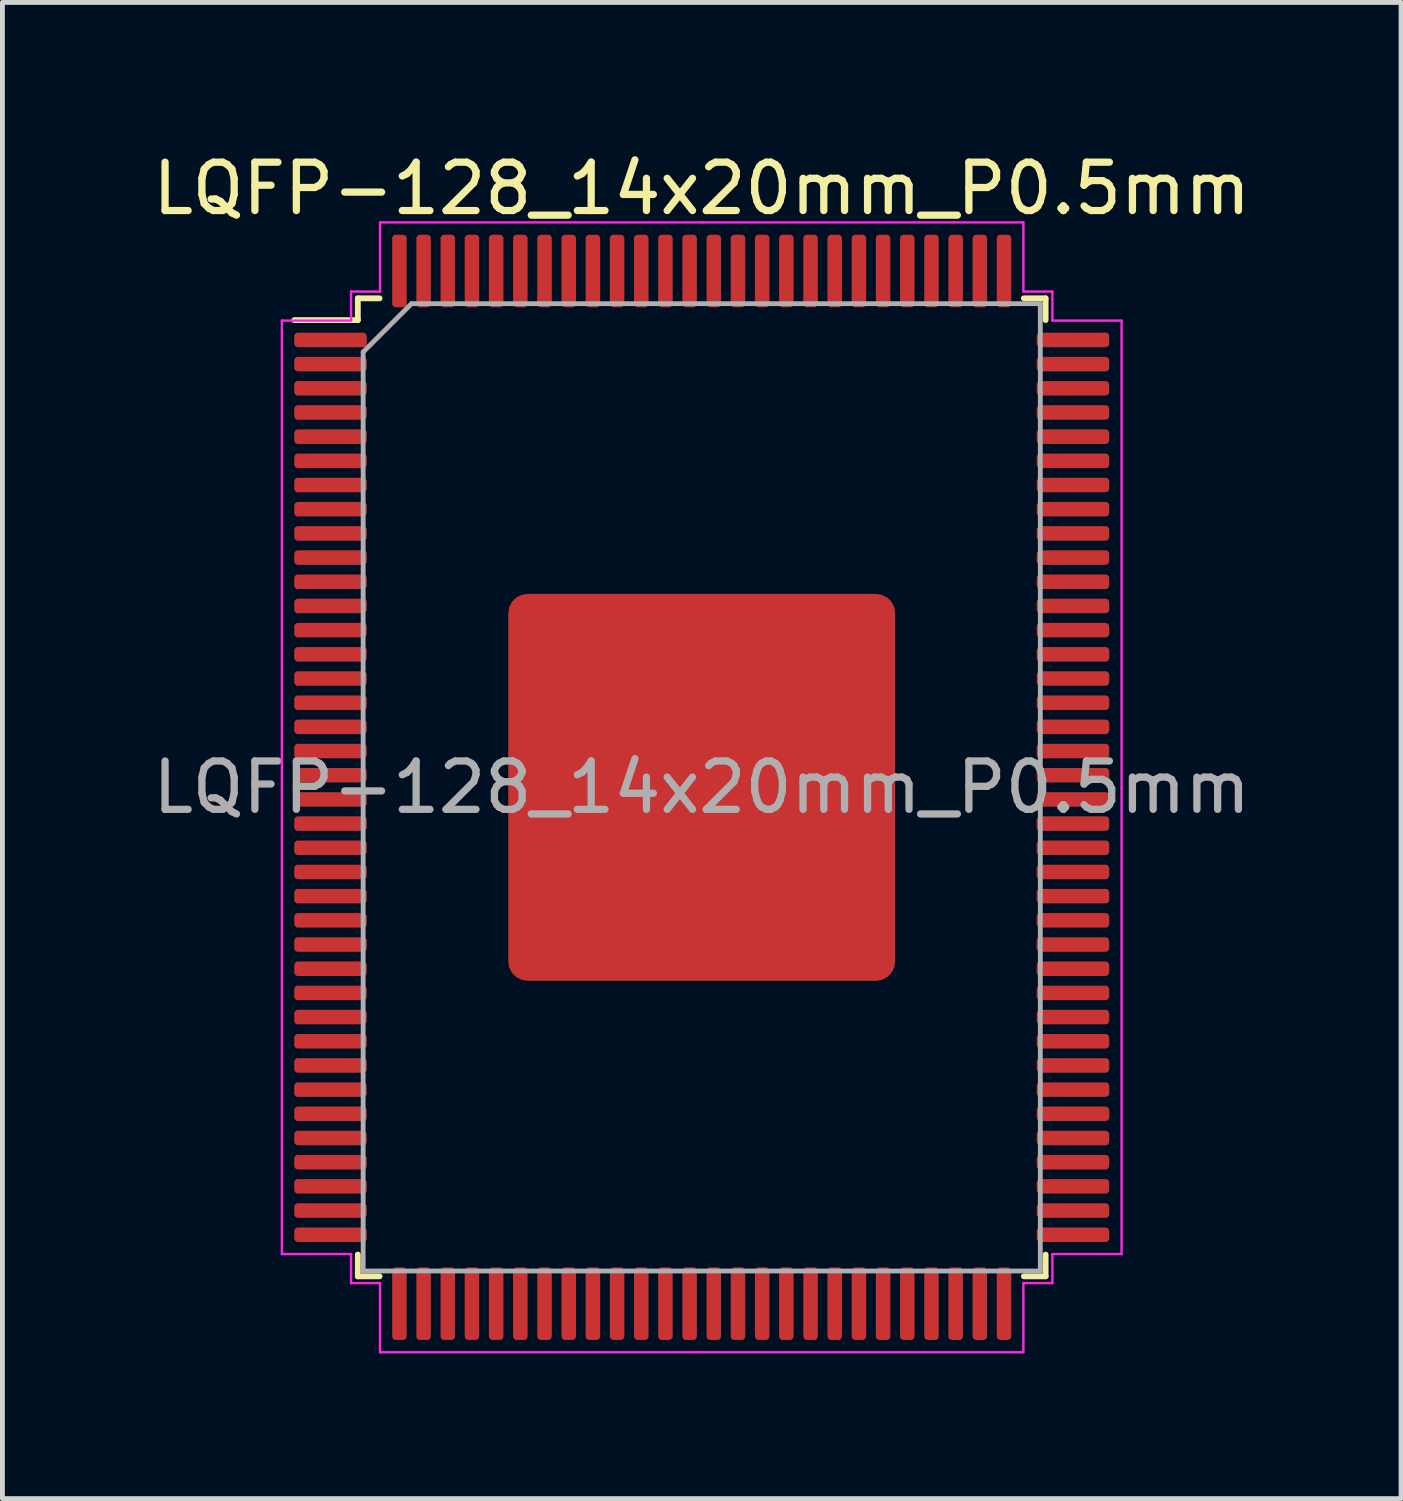
<source format=kicad_pcb>
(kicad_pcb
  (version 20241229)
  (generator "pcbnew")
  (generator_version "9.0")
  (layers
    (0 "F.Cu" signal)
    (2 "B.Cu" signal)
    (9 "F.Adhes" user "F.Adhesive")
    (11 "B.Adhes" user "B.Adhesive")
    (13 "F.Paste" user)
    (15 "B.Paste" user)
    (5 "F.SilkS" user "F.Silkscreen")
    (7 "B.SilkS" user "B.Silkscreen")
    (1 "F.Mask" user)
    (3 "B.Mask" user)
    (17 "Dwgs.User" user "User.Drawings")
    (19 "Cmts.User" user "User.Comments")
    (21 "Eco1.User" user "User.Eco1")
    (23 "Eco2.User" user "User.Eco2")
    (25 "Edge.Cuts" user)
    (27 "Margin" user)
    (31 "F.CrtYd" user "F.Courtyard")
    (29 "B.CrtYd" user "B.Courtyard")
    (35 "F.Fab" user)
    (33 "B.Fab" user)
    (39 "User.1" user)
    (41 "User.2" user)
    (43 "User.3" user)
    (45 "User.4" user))
  (footprint "LQFP-128_14x20mm_P0.5mm"
    (layer "F.Cu")
    (at 11.458 13.228)
    (property "Reference" "LQFP-128_14x20mm_P0.5mm" (at 0 -12.38 0) (layer "F.SilkS") (effects (font (size 1 1) (thickness 0.15))))
    (attr smd)
    (fp_line (start -7.11 -10.11) (end -7.11 -9.66) (stroke (width 0.12) (type solid)) (layer "F.SilkS"))
    (fp_line (start -7.11 -9.66) (end -8.425 -9.66) (stroke (width 0.12) (type solid)) (layer "F.SilkS"))
    (fp_line (start -7.11 10.11) (end -7.11 9.66) (stroke (width 0.12) (type solid)) (layer "F.SilkS"))
    (fp_line (start -6.66 -10.11) (end -7.11 -10.11) (stroke (width 0.12) (type solid)) (layer "F.SilkS"))
    (fp_line (start -6.66 10.11) (end -7.11 10.11) (stroke (width 0.12) (type solid)) (layer "F.SilkS"))
    (fp_line (start 6.66 -10.11) (end 7.11 -10.11) (stroke (width 0.12) (type solid)) (layer "F.SilkS"))
    (fp_line (start 6.66 10.11) (end 7.11 10.11) (stroke (width 0.12) (type solid)) (layer "F.SilkS"))
    (fp_line (start 7.11 -10.11) (end 7.11 -9.66) (stroke (width 0.12) (type solid)) (layer "F.SilkS"))
    (fp_line (start 7.11 10.11) (end 7.11 9.66) (stroke (width 0.12) (type solid)) (layer "F.SilkS"))
    (fp_line (start -8.68 -9.65) (end -8.68 0) (stroke (width 0.05) (type solid)) (layer "F.CrtYd"))
    (fp_line (start -8.68 9.65) (end -8.68 0) (stroke (width 0.05) (type solid)) (layer "F.CrtYd"))
    (fp_line (start -7.25 -10.25) (end -7.25 -9.65) (stroke (width 0.05) (type solid)) (layer "F.CrtYd"))
    (fp_line (start -7.25 -9.65) (end -8.68 -9.65) (stroke (width 0.05) (type solid)) (layer "F.CrtYd"))
    (fp_line (start -7.25 9.65) (end -8.68 9.65) (stroke (width 0.05) (type solid)) (layer "F.CrtYd"))
    (fp_line (start -7.25 10.25) (end -7.25 9.65) (stroke (width 0.05) (type solid)) (layer "F.CrtYd"))
    (fp_line (start -6.65 -11.68) (end -6.65 -10.25) (stroke (width 0.05) (type solid)) (layer "F.CrtYd"))
    (fp_line (start -6.65 -10.25) (end -7.25 -10.25) (stroke (width 0.05) (type solid)) (layer "F.CrtYd"))
    (fp_line (start -6.65 10.25) (end -7.25 10.25) (stroke (width 0.05) (type solid)) (layer "F.CrtYd"))
    (fp_line (start -6.65 11.68) (end -6.65 10.25) (stroke (width 0.05) (type solid)) (layer "F.CrtYd"))
    (fp_line (start 0 -11.68) (end -6.65 -11.68) (stroke (width 0.05) (type solid)) (layer "F.CrtYd"))
    (fp_line (start 0 -11.68) (end 6.65 -11.68) (stroke (width 0.05) (type solid)) (layer "F.CrtYd"))
    (fp_line (start 0 11.68) (end -6.65 11.68) (stroke (width 0.05) (type solid)) (layer "F.CrtYd"))
    (fp_line (start 0 11.68) (end 6.65 11.68) (stroke (width 0.05) (type solid)) (layer "F.CrtYd"))
    (fp_line (start 6.65 -11.68) (end 6.65 -10.25) (stroke (width 0.05) (type solid)) (layer "F.CrtYd"))
    (fp_line (start 6.65 -10.25) (end 7.25 -10.25) (stroke (width 0.05) (type solid)) (layer "F.CrtYd"))
    (fp_line (start 6.65 10.25) (end 7.25 10.25) (stroke (width 0.05) (type solid)) (layer "F.CrtYd"))
    (fp_line (start 6.65 11.68) (end 6.65 10.25) (stroke (width 0.05) (type solid)) (layer "F.CrtYd"))
    (fp_line (start 7.25 -10.25) (end 7.25 -9.65) (stroke (width 0.05) (type solid)) (layer "F.CrtYd"))
    (fp_line (start 7.25 -9.65) (end 8.68 -9.65) (stroke (width 0.05) (type solid)) (layer "F.CrtYd"))
    (fp_line (start 7.25 9.65) (end 8.68 9.65) (stroke (width 0.05) (type solid)) (layer "F.CrtYd"))
    (fp_line (start 7.25 10.25) (end 7.25 9.65) (stroke (width 0.05) (type solid)) (layer "F.CrtYd"))
    (fp_line (start 8.68 -9.65) (end 8.68 0) (stroke (width 0.05) (type solid)) (layer "F.CrtYd"))
    (fp_line (start 8.68 9.65) (end 8.68 0) (stroke (width 0.05) (type solid)) (layer "F.CrtYd"))
    (fp_line (start -7 -9) (end -6 -10) (stroke (width 0.1) (type solid)) (layer "F.Fab"))
    (fp_line (start -7 10) (end -7 -9) (stroke (width 0.1) (type solid)) (layer "F.Fab"))
    (fp_line (start -6 -10) (end 7 -10) (stroke (width 0.1) (type solid)) (layer "F.Fab"))
    (fp_line (start 7 -10) (end 7 10) (stroke (width 0.1) (type solid)) (layer "F.Fab"))
    (fp_line (start 7 10) (end -7 10) (stroke (width 0.1) (type solid)) (layer "F.Fab"))
    (fp_text user "${REFERENCE}" (at 0 0 0) (layer "F.Fab") (effects (font (size 1 1) (thickness 0.15))))
    (pad "1" smd roundrect (at -7.675 -9.25) (size 1.5 0.3) (layers "F.Cu" "F.Mask" "F.Paste") (roundrect_rratio 0.25))
    (pad "2" smd roundrect (at -7.675 -8.75) (size 1.5 0.3) (layers "F.Cu" "F.Mask" "F.Paste") (roundrect_rratio 0.25))
    (pad "3" smd roundrect (at -7.675 -8.25) (size 1.5 0.3) (layers "F.Cu" "F.Mask" "F.Paste") (roundrect_rratio 0.25))
    (pad "4" smd roundrect (at -7.675 -7.75) (size 1.5 0.3) (layers "F.Cu" "F.Mask" "F.Paste") (roundrect_rratio 0.25))
    (pad "5" smd roundrect (at -7.675 -7.25) (size 1.5 0.3) (layers "F.Cu" "F.Mask" "F.Paste") (roundrect_rratio 0.25))
    (pad "6" smd roundrect (at -7.675 -6.75) (size 1.5 0.3) (layers "F.Cu" "F.Mask" "F.Paste") (roundrect_rratio 0.25))
    (pad "7" smd roundrect (at -7.675 -6.25) (size 1.5 0.3) (layers "F.Cu" "F.Mask" "F.Paste") (roundrect_rratio 0.25))
    (pad "8" smd roundrect (at -7.675 -5.75) (size 1.5 0.3) (layers "F.Cu" "F.Mask" "F.Paste") (roundrect_rratio 0.25))
    (pad "9" smd roundrect (at -7.675 -5.25) (size 1.5 0.3) (layers "F.Cu" "F.Mask" "F.Paste") (roundrect_rratio 0.25))
    (pad "10" smd roundrect (at -7.675 -4.75) (size 1.5 0.3) (layers "F.Cu" "F.Mask" "F.Paste") (roundrect_rratio 0.25))
    (pad "11" smd roundrect (at -7.675 -4.25) (size 1.5 0.3) (layers "F.Cu" "F.Mask" "F.Paste") (roundrect_rratio 0.25))
    (pad "12" smd roundrect (at -7.675 -3.75) (size 1.5 0.3) (layers "F.Cu" "F.Mask" "F.Paste") (roundrect_rratio 0.25))
    (pad "13" smd roundrect (at -7.675 -3.25) (size 1.5 0.3) (layers "F.Cu" "F.Mask" "F.Paste") (roundrect_rratio 0.25))
    (pad "14" smd roundrect (at -7.675 -2.75) (size 1.5 0.3) (layers "F.Cu" "F.Mask" "F.Paste") (roundrect_rratio 0.25))
    (pad "15" smd roundrect (at -7.675 -2.25) (size 1.5 0.3) (layers "F.Cu" "F.Mask" "F.Paste") (roundrect_rratio 0.25))
    (pad "16" smd roundrect (at -7.675 -1.75) (size 1.5 0.3) (layers "F.Cu" "F.Mask" "F.Paste") (roundrect_rratio 0.25))
    (pad "17" smd roundrect (at -7.675 -1.25) (size 1.5 0.3) (layers "F.Cu" "F.Mask" "F.Paste") (roundrect_rratio 0.25))
    (pad "18" smd roundrect (at -7.675 -0.75) (size 1.5 0.3) (layers "F.Cu" "F.Mask" "F.Paste") (roundrect_rratio 0.25))
    (pad "19" smd roundrect (at -7.675 -0.25) (size 1.5 0.3) (layers "F.Cu" "F.Mask" "F.Paste") (roundrect_rratio 0.25))
    (pad "20" smd roundrect (at -7.675 0.25) (size 1.5 0.3) (layers "F.Cu" "F.Mask" "F.Paste") (roundrect_rratio 0.25))
    (pad "21" smd roundrect (at -7.675 0.75) (size 1.5 0.3) (layers "F.Cu" "F.Mask" "F.Paste") (roundrect_rratio 0.25))
    (pad "22" smd roundrect (at -7.675 1.25) (size 1.5 0.3) (layers "F.Cu" "F.Mask" "F.Paste") (roundrect_rratio 0.25))
    (pad "23" smd roundrect (at -7.675 1.75) (size 1.5 0.3) (layers "F.Cu" "F.Mask" "F.Paste") (roundrect_rratio 0.25))
    (pad "24" smd roundrect (at -7.675 2.25) (size 1.5 0.3) (layers "F.Cu" "F.Mask" "F.Paste") (roundrect_rratio 0.25))
    (pad "25" smd roundrect (at -7.675 2.75) (size 1.5 0.3) (layers "F.Cu" "F.Mask" "F.Paste") (roundrect_rratio 0.25))
    (pad "26" smd roundrect (at -7.675 3.25) (size 1.5 0.3) (layers "F.Cu" "F.Mask" "F.Paste") (roundrect_rratio 0.25))
    (pad "27" smd roundrect (at -7.675 3.75) (size 1.5 0.3) (layers "F.Cu" "F.Mask" "F.Paste") (roundrect_rratio 0.25))
    (pad "28" smd roundrect (at -7.675 4.25) (size 1.5 0.3) (layers "F.Cu" "F.Mask" "F.Paste") (roundrect_rratio 0.25))
    (pad "29" smd roundrect (at -7.675 4.75) (size 1.5 0.3) (layers "F.Cu" "F.Mask" "F.Paste") (roundrect_rratio 0.25))
    (pad "30" smd roundrect (at -7.675 5.25) (size 1.5 0.3) (layers "F.Cu" "F.Mask" "F.Paste") (roundrect_rratio 0.25))
    (pad "31" smd roundrect (at -7.675 5.75) (size 1.5 0.3) (layers "F.Cu" "F.Mask" "F.Paste") (roundrect_rratio 0.25))
    (pad "32" smd roundrect (at -7.675 6.25) (size 1.5 0.3) (layers "F.Cu" "F.Mask" "F.Paste") (roundrect_rratio 0.25))
    (pad "33" smd roundrect (at -7.675 6.75) (size 1.5 0.3) (layers "F.Cu" "F.Mask" "F.Paste") (roundrect_rratio 0.25))
    (pad "34" smd roundrect (at -7.675 7.25) (size 1.5 0.3) (layers "F.Cu" "F.Mask" "F.Paste") (roundrect_rratio 0.25))
    (pad "35" smd roundrect (at -7.675 7.75) (size 1.5 0.3) (layers "F.Cu" "F.Mask" "F.Paste") (roundrect_rratio 0.25))
    (pad "36" smd roundrect (at -7.675 8.25) (size 1.5 0.3) (layers "F.Cu" "F.Mask" "F.Paste") (roundrect_rratio 0.25))
    (pad "37" smd roundrect (at -7.675 8.75) (size 1.5 0.3) (layers "F.Cu" "F.Mask" "F.Paste") (roundrect_rratio 0.25))
    (pad "38" smd roundrect (at -7.675 9.25) (size 1.5 0.3) (layers "F.Cu" "F.Mask" "F.Paste") (roundrect_rratio 0.25))
    (pad "39" smd roundrect (at -6.25 10.675) (size 0.3 1.5) (layers "F.Cu" "F.Mask" "F.Paste") (roundrect_rratio 0.25))
    (pad "40" smd roundrect (at -5.75 10.675) (size 0.3 1.5) (layers "F.Cu" "F.Mask" "F.Paste") (roundrect_rratio 0.25))
    (pad "41" smd roundrect (at -5.25 10.675) (size 0.3 1.5) (layers "F.Cu" "F.Mask" "F.Paste") (roundrect_rratio 0.25))
    (pad "42" smd roundrect (at -4.75 10.675) (size 0.3 1.5) (layers "F.Cu" "F.Mask" "F.Paste") (roundrect_rratio 0.25))
    (pad "43" smd roundrect (at -4.25 10.675) (size 0.3 1.5) (layers "F.Cu" "F.Mask" "F.Paste") (roundrect_rratio 0.25))
    (pad "44" smd roundrect (at -3.75 10.675) (size 0.3 1.5) (layers "F.Cu" "F.Mask" "F.Paste") (roundrect_rratio 0.25))
    (pad "45" smd roundrect (at -3.25 10.675) (size 0.3 1.5) (layers "F.Cu" "F.Mask" "F.Paste") (roundrect_rratio 0.25))
    (pad "46" smd roundrect (at -2.75 10.675) (size 0.3 1.5) (layers "F.Cu" "F.Mask" "F.Paste") (roundrect_rratio 0.25))
    (pad "47" smd roundrect (at -2.25 10.675) (size 0.3 1.5) (layers "F.Cu" "F.Mask" "F.Paste") (roundrect_rratio 0.25))
    (pad "48" smd roundrect (at -1.75 10.675) (size 0.3 1.5) (layers "F.Cu" "F.Mask" "F.Paste") (roundrect_rratio 0.25))
    (pad "49" smd roundrect (at -1.25 10.675) (size 0.3 1.5) (layers "F.Cu" "F.Mask" "F.Paste") (roundrect_rratio 0.25))
    (pad "50" smd roundrect (at -0.75 10.675) (size 0.3 1.5) (layers "F.Cu" "F.Mask" "F.Paste") (roundrect_rratio 0.25))
    (pad "51" smd roundrect (at -0.25 10.675) (size 0.3 1.5) (layers "F.Cu" "F.Mask" "F.Paste") (roundrect_rratio 0.25))
    (pad "52" smd roundrect (at 0.25 10.675) (size 0.3 1.5) (layers "F.Cu" "F.Mask" "F.Paste") (roundrect_rratio 0.25))
    (pad "53" smd roundrect (at 0.75 10.675) (size 0.3 1.5) (layers "F.Cu" "F.Mask" "F.Paste") (roundrect_rratio 0.25))
    (pad "54" smd roundrect (at 1.25 10.675) (size 0.3 1.5) (layers "F.Cu" "F.Mask" "F.Paste") (roundrect_rratio 0.25))
    (pad "55" smd roundrect (at 1.75 10.675) (size 0.3 1.5) (layers "F.Cu" "F.Mask" "F.Paste") (roundrect_rratio 0.25))
    (pad "56" smd roundrect (at 2.25 10.675) (size 0.3 1.5) (layers "F.Cu" "F.Mask" "F.Paste") (roundrect_rratio 0.25))
    (pad "57" smd roundrect (at 2.75 10.675) (size 0.3 1.5) (layers "F.Cu" "F.Mask" "F.Paste") (roundrect_rratio 0.25))
    (pad "58" smd roundrect (at 3.25 10.675) (size 0.3 1.5) (layers "F.Cu" "F.Mask" "F.Paste") (roundrect_rratio 0.25))
    (pad "59" smd roundrect (at 3.75 10.675) (size 0.3 1.5) (layers "F.Cu" "F.Mask" "F.Paste") (roundrect_rratio 0.25))
    (pad "60" smd roundrect (at 4.25 10.675) (size 0.3 1.5) (layers "F.Cu" "F.Mask" "F.Paste") (roundrect_rratio 0.25))
    (pad "61" smd roundrect (at 4.75 10.675) (size 0.3 1.5) (layers "F.Cu" "F.Mask" "F.Paste") (roundrect_rratio 0.25))
    (pad "62" smd roundrect (at 5.25 10.675) (size 0.3 1.5) (layers "F.Cu" "F.Mask" "F.Paste") (roundrect_rratio 0.25))
    (pad "63" smd roundrect (at 5.75 10.675) (size 0.3 1.5) (layers "F.Cu" "F.Mask" "F.Paste") (roundrect_rratio 0.25))
    (pad "64" smd roundrect (at 6.25 10.675) (size 0.3 1.5) (layers "F.Cu" "F.Mask" "F.Paste") (roundrect_rratio 0.25))
    (pad "65" smd roundrect (at 7.675 9.25) (size 1.5 0.3) (layers "F.Cu" "F.Mask" "F.Paste") (roundrect_rratio 0.25))
    (pad "66" smd roundrect (at 7.675 8.75) (size 1.5 0.3) (layers "F.Cu" "F.Mask" "F.Paste") (roundrect_rratio 0.25))
    (pad "67" smd roundrect (at 7.675 8.25) (size 1.5 0.3) (layers "F.Cu" "F.Mask" "F.Paste") (roundrect_rratio 0.25))
    (pad "68" smd roundrect (at 7.675 7.75) (size 1.5 0.3) (layers "F.Cu" "F.Mask" "F.Paste") (roundrect_rratio 0.25))
    (pad "69" smd roundrect (at 7.675 7.25) (size 1.5 0.3) (layers "F.Cu" "F.Mask" "F.Paste") (roundrect_rratio 0.25))
    (pad "70" smd roundrect (at 7.675 6.75) (size 1.5 0.3) (layers "F.Cu" "F.Mask" "F.Paste") (roundrect_rratio 0.25))
    (pad "71" smd roundrect (at 7.675 6.25) (size 1.5 0.3) (layers "F.Cu" "F.Mask" "F.Paste") (roundrect_rratio 0.25))
    (pad "72" smd roundrect (at 7.675 5.75) (size 1.5 0.3) (layers "F.Cu" "F.Mask" "F.Paste") (roundrect_rratio 0.25))
    (pad "73" smd roundrect (at 7.675 5.25) (size 1.5 0.3) (layers "F.Cu" "F.Mask" "F.Paste") (roundrect_rratio 0.25))
    (pad "74" smd roundrect (at 7.675 4.75) (size 1.5 0.3) (layers "F.Cu" "F.Mask" "F.Paste") (roundrect_rratio 0.25))
    (pad "75" smd roundrect (at 7.675 4.25) (size 1.5 0.3) (layers "F.Cu" "F.Mask" "F.Paste") (roundrect_rratio 0.25))
    (pad "76" smd roundrect (at 7.675 3.75) (size 1.5 0.3) (layers "F.Cu" "F.Mask" "F.Paste") (roundrect_rratio 0.25))
    (pad "77" smd roundrect (at 7.675 3.25) (size 1.5 0.3) (layers "F.Cu" "F.Mask" "F.Paste") (roundrect_rratio 0.25))
    (pad "78" smd roundrect (at 7.675 2.75) (size 1.5 0.3) (layers "F.Cu" "F.Mask" "F.Paste") (roundrect_rratio 0.25))
    (pad "79" smd roundrect (at 7.675 2.25) (size 1.5 0.3) (layers "F.Cu" "F.Mask" "F.Paste") (roundrect_rratio 0.25))
    (pad "80" smd roundrect (at 7.675 1.75) (size 1.5 0.3) (layers "F.Cu" "F.Mask" "F.Paste") (roundrect_rratio 0.25))
    (pad "81" smd roundrect (at 7.675 1.25) (size 1.5 0.3) (layers "F.Cu" "F.Mask" "F.Paste") (roundrect_rratio 0.25))
    (pad "82" smd roundrect (at 7.675 0.75) (size 1.5 0.3) (layers "F.Cu" "F.Mask" "F.Paste") (roundrect_rratio 0.25))
    (pad "83" smd roundrect (at 7.675 0.25) (size 1.5 0.3) (layers "F.Cu" "F.Mask" "F.Paste") (roundrect_rratio 0.25))
    (pad "84" smd roundrect (at 7.675 -0.25) (size 1.5 0.3) (layers "F.Cu" "F.Mask" "F.Paste") (roundrect_rratio 0.25))
    (pad "85" smd roundrect (at 7.675 -0.75) (size 1.5 0.3) (layers "F.Cu" "F.Mask" "F.Paste") (roundrect_rratio 0.25))
    (pad "86" smd roundrect (at 7.675 -1.25) (size 1.5 0.3) (layers "F.Cu" "F.Mask" "F.Paste") (roundrect_rratio 0.25))
    (pad "87" smd roundrect (at 7.675 -1.75) (size 1.5 0.3) (layers "F.Cu" "F.Mask" "F.Paste") (roundrect_rratio 0.25))
    (pad "88" smd roundrect (at 7.675 -2.25) (size 1.5 0.3) (layers "F.Cu" "F.Mask" "F.Paste") (roundrect_rratio 0.25))
    (pad "89" smd roundrect (at 7.675 -2.75) (size 1.5 0.3) (layers "F.Cu" "F.Mask" "F.Paste") (roundrect_rratio 0.25))
    (pad "90" smd roundrect (at 7.675 -3.25) (size 1.5 0.3) (layers "F.Cu" "F.Mask" "F.Paste") (roundrect_rratio 0.25))
    (pad "91" smd roundrect (at 7.675 -3.75) (size 1.5 0.3) (layers "F.Cu" "F.Mask" "F.Paste") (roundrect_rratio 0.25))
    (pad "92" smd roundrect (at 7.675 -4.25) (size 1.5 0.3) (layers "F.Cu" "F.Mask" "F.Paste") (roundrect_rratio 0.25))
    (pad "93" smd roundrect (at 7.675 -4.75) (size 1.5 0.3) (layers "F.Cu" "F.Mask" "F.Paste") (roundrect_rratio 0.25))
    (pad "94" smd roundrect (at 7.675 -5.25) (size 1.5 0.3) (layers "F.Cu" "F.Mask" "F.Paste") (roundrect_rratio 0.25))
    (pad "95" smd roundrect (at 7.675 -5.75) (size 1.5 0.3) (layers "F.Cu" "F.Mask" "F.Paste") (roundrect_rratio 0.25))
    (pad "96" smd roundrect (at 7.675 -6.25) (size 1.5 0.3) (layers "F.Cu" "F.Mask" "F.Paste") (roundrect_rratio 0.25))
    (pad "97" smd roundrect (at 7.675 -6.75) (size 1.5 0.3) (layers "F.Cu" "F.Mask" "F.Paste") (roundrect_rratio 0.25))
    (pad "98" smd roundrect (at 7.675 -7.25) (size 1.5 0.3) (layers "F.Cu" "F.Mask" "F.Paste") (roundrect_rratio 0.25))
    (pad "99" smd roundrect (at 7.675 -7.75) (size 1.5 0.3) (layers "F.Cu" "F.Mask" "F.Paste") (roundrect_rratio 0.25))
    (pad "100" smd roundrect (at 7.675 -8.25) (size 1.5 0.3) (layers "F.Cu" "F.Mask" "F.Paste") (roundrect_rratio 0.25))
    (pad "101" smd roundrect (at 7.675 -8.75) (size 1.5 0.3) (layers "F.Cu" "F.Mask" "F.Paste") (roundrect_rratio 0.25))
    (pad "102" smd roundrect (at 7.675 -9.25) (size 1.5 0.3) (layers "F.Cu" "F.Mask" "F.Paste") (roundrect_rratio 0.25))
    (pad "103" smd roundrect (at 6.25 -10.675) (size 0.3 1.5) (layers "F.Cu" "F.Mask" "F.Paste") (roundrect_rratio 0.25))
    (pad "104" smd roundrect (at 5.75 -10.675) (size 0.3 1.5) (layers "F.Cu" "F.Mask" "F.Paste") (roundrect_rratio 0.25))
    (pad "105" smd roundrect (at 5.25 -10.675) (size 0.3 1.5) (layers "F.Cu" "F.Mask" "F.Paste") (roundrect_rratio 0.25))
    (pad "106" smd roundrect (at 4.75 -10.675) (size 0.3 1.5) (layers "F.Cu" "F.Mask" "F.Paste") (roundrect_rratio 0.25))
    (pad "107" smd roundrect (at 4.25 -10.675) (size 0.3 1.5) (layers "F.Cu" "F.Mask" "F.Paste") (roundrect_rratio 0.25))
    (pad "108" smd roundrect (at 3.75 -10.675) (size 0.3 1.5) (layers "F.Cu" "F.Mask" "F.Paste") (roundrect_rratio 0.25))
    (pad "109" smd roundrect (at 3.25 -10.675) (size 0.3 1.5) (layers "F.Cu" "F.Mask" "F.Paste") (roundrect_rratio 0.25))
    (pad "110" smd roundrect (at 2.75 -10.675) (size 0.3 1.5) (layers "F.Cu" "F.Mask" "F.Paste") (roundrect_rratio 0.25))
    (pad "111" smd roundrect (at 2.25 -10.675) (size 0.3 1.5) (layers "F.Cu" "F.Mask" "F.Paste") (roundrect_rratio 0.25))
    (pad "112" smd roundrect (at 1.75 -10.675) (size 0.3 1.5) (layers "F.Cu" "F.Mask" "F.Paste") (roundrect_rratio 0.25))
    (pad "113" smd roundrect (at 1.25 -10.675) (size 0.3 1.5) (layers "F.Cu" "F.Mask" "F.Paste") (roundrect_rratio 0.25))
    (pad "114" smd roundrect (at 0.75 -10.675) (size 0.3 1.5) (layers "F.Cu" "F.Mask" "F.Paste") (roundrect_rratio 0.25))
    (pad "115" smd roundrect (at 0.25 -10.675) (size 0.3 1.5) (layers "F.Cu" "F.Mask" "F.Paste") (roundrect_rratio 0.25))
    (pad "116" smd roundrect (at -0.25 -10.675) (size 0.3 1.5) (layers "F.Cu" "F.Mask" "F.Paste") (roundrect_rratio 0.25))
    (pad "117" smd roundrect (at -0.75 -10.675) (size 0.3 1.5) (layers "F.Cu" "F.Mask" "F.Paste") (roundrect_rratio 0.25))
    (pad "118" smd roundrect (at -1.25 -10.675) (size 0.3 1.5) (layers "F.Cu" "F.Mask" "F.Paste") (roundrect_rratio 0.25))
    (pad "119" smd roundrect (at -1.75 -10.675) (size 0.3 1.5) (layers "F.Cu" "F.Mask" "F.Paste") (roundrect_rratio 0.25))
    (pad "120" smd roundrect (at -2.25 -10.675) (size 0.3 1.5) (layers "F.Cu" "F.Mask" "F.Paste") (roundrect_rratio 0.25))
    (pad "121" smd roundrect (at -2.75 -10.675) (size 0.3 1.5) (layers "F.Cu" "F.Mask" "F.Paste") (roundrect_rratio 0.25))
    (pad "122" smd roundrect (at -3.25 -10.675) (size 0.3 1.5) (layers "F.Cu" "F.Mask" "F.Paste") (roundrect_rratio 0.25))
    (pad "123" smd roundrect (at -3.75 -10.675) (size 0.3 1.5) (layers "F.Cu" "F.Mask" "F.Paste") (roundrect_rratio 0.25))
    (pad "124" smd roundrect (at -4.25 -10.675) (size 0.3 1.5) (layers "F.Cu" "F.Mask" "F.Paste") (roundrect_rratio 0.25))
    (pad "125" smd roundrect (at -4.75 -10.675) (size 0.3 1.5) (layers "F.Cu" "F.Mask" "F.Paste") (roundrect_rratio 0.25))
    (pad "126" smd roundrect (at -5.25 -10.675) (size 0.3 1.5) (layers "F.Cu" "F.Mask" "F.Paste") (roundrect_rratio 0.25))
    (pad "127" smd roundrect (at -5.75 -10.675) (size 0.3 1.5) (layers "F.Cu" "F.Mask" "F.Paste") (roundrect_rratio 0.25))
    (pad "128" smd roundrect (at -6.25 -10.675) (size 0.3 1.5) (layers "F.Cu" "F.Mask" "F.Paste") (roundrect_rratio 0.25))
    (pad "129" smd roundrect (at 0 0) (size 8 8) (layers "F.Cu" "F.Mask" "F.Paste") (roundrect_rratio 0.05)))
  (gr_rect
    (start -3 -3)
    (end 25.917 27.933)
    (stroke (width 0.1) (type default))
    (fill no)
    (layer "Edge.Cuts")))
</source>
